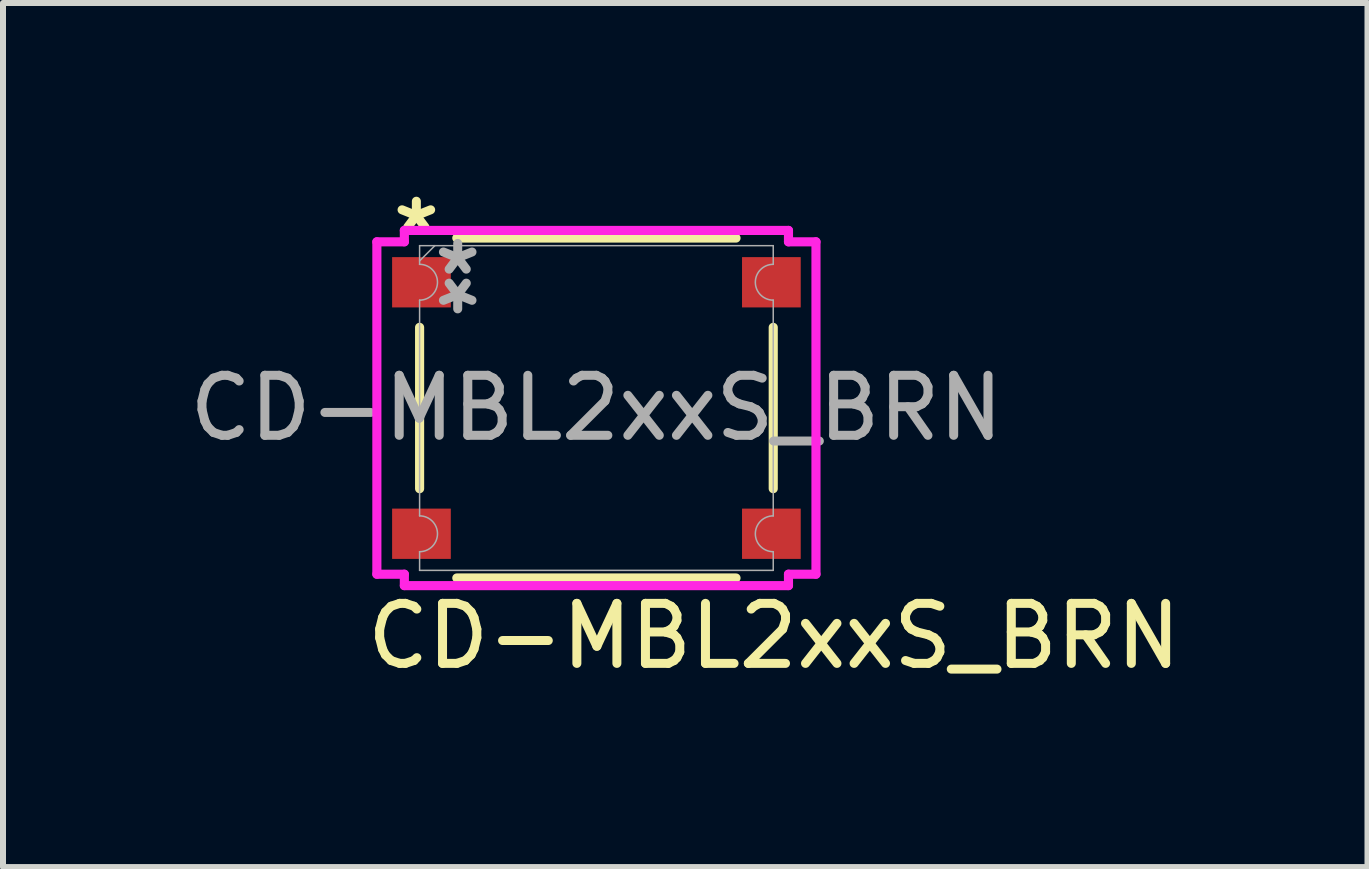
<source format=kicad_pcb>
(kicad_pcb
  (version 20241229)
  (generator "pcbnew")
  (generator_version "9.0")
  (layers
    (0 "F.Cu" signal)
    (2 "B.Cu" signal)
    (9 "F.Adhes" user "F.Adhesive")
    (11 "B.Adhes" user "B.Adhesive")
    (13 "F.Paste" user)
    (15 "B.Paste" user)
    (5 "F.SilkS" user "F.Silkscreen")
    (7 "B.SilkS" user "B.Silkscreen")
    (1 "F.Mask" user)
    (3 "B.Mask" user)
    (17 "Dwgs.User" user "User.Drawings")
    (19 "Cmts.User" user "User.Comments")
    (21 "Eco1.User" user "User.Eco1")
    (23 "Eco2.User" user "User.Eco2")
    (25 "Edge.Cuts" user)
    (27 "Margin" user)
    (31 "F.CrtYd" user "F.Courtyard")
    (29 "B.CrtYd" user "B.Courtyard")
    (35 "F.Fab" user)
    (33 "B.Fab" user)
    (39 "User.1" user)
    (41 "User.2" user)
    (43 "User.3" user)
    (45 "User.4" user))
  (footprint "CD-MBL2xxS_BRN"
    (layer "F.Cu")
    (at 6.887 3.748)
    (property "Reference" "CD-MBL2xxS_BRN" (at 2.96 3.8 0) (unlocked yes) (layer "F.SilkS") (effects (font (size 1 1) (thickness 0.15))))
    (attr smd)
    (fp_line (start -2.946 -1.344) (end -2.946 1.344) (stroke (width 0.152) (type solid)) (layer "F.SilkS"))
    (fp_line (start -2.326 -2.832) (end 2.326 -2.832) (stroke (width 0.152) (type solid)) (layer "F.SilkS"))
    (fp_line (start -2.326 2.832) (end 2.326 2.832) (stroke (width 0.152) (type solid)) (layer "F.SilkS"))
    (fp_line (start 2.946 -1.344) (end 2.946 1.344) (stroke (width 0.152) (type solid)) (layer "F.SilkS"))
    (fp_line (start -3.658 -2.769) (end -3.2 -2.769) (stroke (width 0.152) (type solid)) (layer "F.CrtYd"))
    (fp_line (start -3.658 2.769) (end -3.658 -2.769) (stroke (width 0.152) (type solid)) (layer "F.CrtYd"))
    (fp_line (start -3.658 2.769) (end -3.2 2.769) (stroke (width 0.152) (type solid)) (layer "F.CrtYd"))
    (fp_line (start -3.2 -2.959) (end 3.2 -2.959) (stroke (width 0.152) (type solid)) (layer "F.CrtYd"))
    (fp_line (start -3.2 -2.769) (end -3.2 -2.959) (stroke (width 0.152) (type solid)) (layer "F.CrtYd"))
    (fp_line (start -3.2 2.959) (end -3.2 2.769) (stroke (width 0.152) (type solid)) (layer "F.CrtYd"))
    (fp_line (start 3.2 -2.959) (end 3.2 -2.769) (stroke (width 0.152) (type solid)) (layer "F.CrtYd"))
    (fp_line (start 3.2 2.769) (end 3.2 2.959) (stroke (width 0.152) (type solid)) (layer "F.CrtYd"))
    (fp_line (start 3.2 2.959) (end -3.2 2.959) (stroke (width 0.152) (type solid)) (layer "F.CrtYd"))
    (fp_line (start 3.658 -2.769) (end 3.2 -2.769) (stroke (width 0.152) (type solid)) (layer "F.CrtYd"))
    (fp_line (start 3.658 -2.769) (end 3.658 2.769) (stroke (width 0.152) (type solid)) (layer "F.CrtYd"))
    (fp_line (start 3.658 2.769) (end 3.2 2.769) (stroke (width 0.152) (type solid)) (layer "F.CrtYd"))
    (fp_line (start -2.946 -2.705) (end 2.946 -2.705) (stroke (width 0.025) (type solid)) (layer "F.Fab"))
    (fp_line (start -2.946 -2.394) (end -2.946 -2.705) (stroke (width 0.025) (type solid)) (layer "F.Fab"))
    (fp_line (start -2.946 -1.797) (end -2.946 1.797) (stroke (width 0.025) (type solid)) (layer "F.Fab"))
    (fp_line (start -2.946 2.394) (end -2.946 2.705) (stroke (width 0.025) (type solid)) (layer "F.Fab"))
    (fp_line (start -2.946 2.705) (end 2.946 2.705) (stroke (width 0.025) (type solid)) (layer "F.Fab"))
    (fp_line (start -2.692 -2.705) (end -2.946 -2.451) (stroke (width 0.025) (type solid)) (layer "F.Fab"))
    (fp_line (start 2.946 -2.394) (end 2.946 -2.705) (stroke (width 0.025) (type solid)) (layer "F.Fab"))
    (fp_line (start 2.946 -1.797) (end 2.946 1.797) (stroke (width 0.025) (type solid)) (layer "F.Fab"))
    (fp_line (start 2.946 2.394) (end 2.946 2.705) (stroke (width 0.025) (type solid)) (layer "F.Fab"))
    (fp_arc (start -2.9464 -2.39395) (mid -2.64795 -2.0955) (end -2.9464 -1.79705) (stroke (width 0.0254) (type solid)) (layer "F.Fab"))
    (fp_arc (start -2.9464 1.79705) (mid -2.64795 2.0955) (end -2.9464 2.39395) (stroke (width 0.0254) (type solid)) (layer "F.Fab"))
    (fp_arc (start 2.9464 -1.79705) (mid 2.64795 -2.0955) (end 2.9464 -2.39395) (stroke (width 0.0254) (type solid)) (layer "F.Fab"))
    (fp_arc (start 2.9464 2.39395) (mid 2.64795 2.0955) (end 2.9464 1.79705) (stroke (width 0.0254) (type solid)) (layer "F.Fab"))
    (fp_text user "*" (at -3 -2.9 0) (unlocked yes) (layer "F.SilkS") (effects (font (size 1 1) (thickness 0.15))))
    (fp_text user "*" (at -2.311 -2.197 180) (unlocked yes) (layer "F.Fab") (effects (font (size 1 1) (thickness 0.15))))
    (fp_text user "${REFERENCE}" (at 0 0 0) (unlocked yes) (layer "F.Fab") (effects (font (size 1 1) (thickness 0.15))))
    (fp_text user "*" (at -2.311 -2.197 0) (unlocked yes) (layer "F.Fab") (effects (font (size 1 1) (thickness 0.15))))
    (pad "1" smd rect (at -2.915 -2.095 180) (size 0.978 0.838) (layers "F.Cu" "F.Mask" "F.Paste"))
    (pad "2" smd rect (at 2.915 -2.095 180) (size 0.978 0.838) (layers "F.Cu" "F.Mask" "F.Paste"))
    (pad "3" smd rect (at 2.915 2.095 180) (size 0.978 0.838) (layers "F.Cu" "F.Mask" "F.Paste"))
    (pad "4" smd rect (at -2.915 2.095 180) (size 0.978 0.838) (layers "F.Cu" "F.Mask" "F.Paste")))
  (gr_rect
    (start -3 -3)
    (end 19.734 11.396)
    (stroke (width 0.1) (type default))
    (fill no)
    (layer "Edge.Cuts")))
</source>
